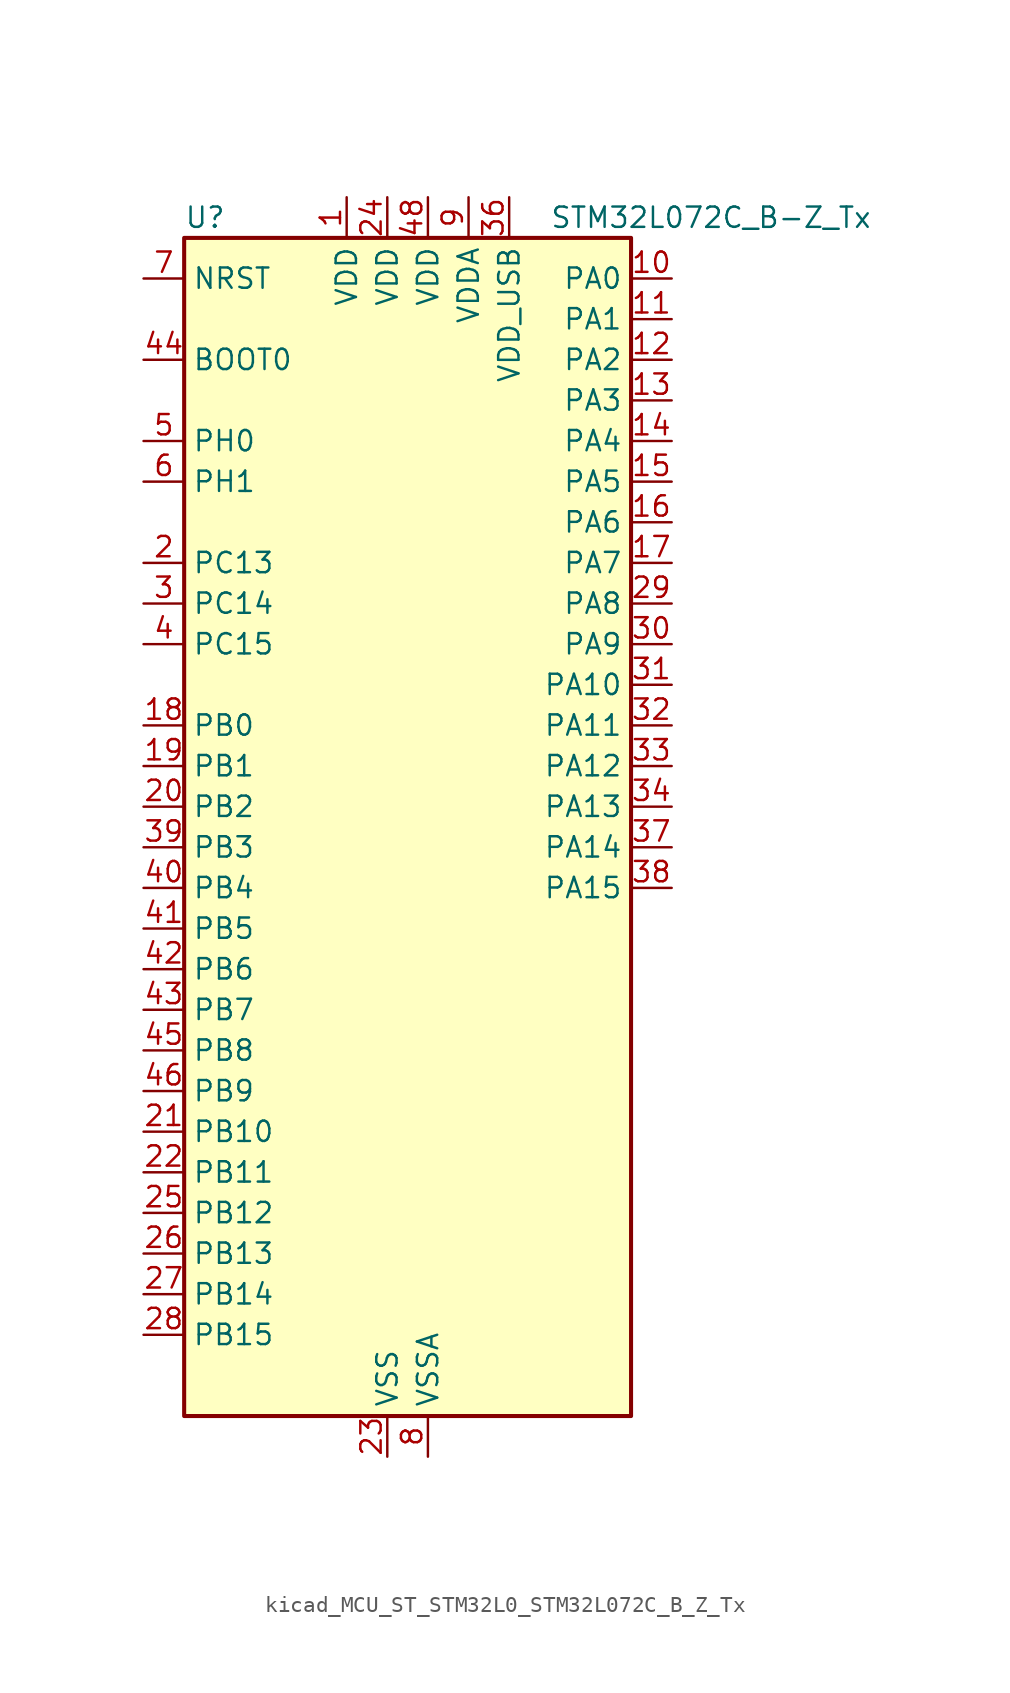
<source format=kicad_sym>
(kicad_symbol_lib
  (version 20220914)
  (generator kicad_symbol_editor)
  (symbol "kicad_MCU_ST_STM32L0_STM32L072C_B_Z_Tx"
    (property "Reference" "U"
      (at -12.7 39.37 0)
      (effects (font (size 1.27 1.27)) (justify left)))
    (property "Value" "STM32L072C_B-Z_Tx"
      (at 10.16 39.37 0)
      (effects (font (size 1.27 1.27)) (justify left)))
    (property "ki_locked" ""
      (at 0 0 0)
      (effects (font (size 1.27 1.27))))
    (symbol "kicad_MCU_ST_STM32L0_STM32L072C_B_Z_Tx_0_1"
      (rectangle (start -12.7 -35.56) (end 15.24 38.1) (stroke (width 0.254) (type default)) (fill (type background))))
    (symbol "kicad_MCU_ST_STM32L0_STM32L072C_B_Z_Tx_1_1"
      (pin power_in line (at -2.54 40.64 270) (length 2.54) (name "VDD" (effects (font (size 1.27 1.27)))) (number "1" (effects (font (size 1.27 1.27)))))
      (pin bidirectional line (at 17.78 35.56 180) (length 2.54) (name "PA0" (effects (font (size 1.27 1.27)))) (number "10" (effects (font (size 1.27 1.27)))) (alternate "ADC_IN0" bidirectional line) (alternate "COMP1_INM" bidirectional line) (alternate "COMP1_OUT" bidirectional line) (alternate "RTC_TAMP2" bidirectional line) (alternate "SYS_WKUP1" bidirectional line) (alternate "TIM2_CH1" bidirectional line) (alternate "TIM2_ETR" bidirectional line) (alternate "TSC_G1_IO1" bidirectional line) (alternate "USART2_CTS" bidirectional line) (alternate "USART4_TX" bidirectional line))
      (pin bidirectional line (at 17.78 33.02 180) (length 2.54) (name "PA1" (effects (font (size 1.27 1.27)))) (number "11" (effects (font (size 1.27 1.27)))) (alternate "ADC_IN1" bidirectional line) (alternate "COMP1_INP" bidirectional line) (alternate "TIM21_ETR" bidirectional line) (alternate "TIM2_CH2" bidirectional line) (alternate "TSC_G1_IO2" bidirectional line) (alternate "USART2_DE" bidirectional line) (alternate "USART2_RTS" bidirectional line) (alternate "USART4_RX" bidirectional line))
      (pin bidirectional line (at 17.78 30.48 180) (length 2.54) (name "PA2" (effects (font (size 1.27 1.27)))) (number "12" (effects (font (size 1.27 1.27)))) (alternate "ADC_IN2" bidirectional line) (alternate "COMP2_INM" bidirectional line) (alternate "COMP2_OUT" bidirectional line) (alternate "LPUART1_TX" bidirectional line) (alternate "TIM21_CH1" bidirectional line) (alternate "TIM2_CH3" bidirectional line) (alternate "TSC_G1_IO3" bidirectional line) (alternate "USART2_TX" bidirectional line))
      (pin bidirectional line (at 17.78 27.94 180) (length 2.54) (name "PA3" (effects (font (size 1.27 1.27)))) (number "13" (effects (font (size 1.27 1.27)))) (alternate "ADC_IN3" bidirectional line) (alternate "COMP2_INP" bidirectional line) (alternate "LPUART1_RX" bidirectional line) (alternate "TIM21_CH2" bidirectional line) (alternate "TIM2_CH4" bidirectional line) (alternate "TSC_G1_IO4" bidirectional line) (alternate "USART2_RX" bidirectional line))
      (pin bidirectional line (at 17.78 25.4 180) (length 2.54) (name "PA4" (effects (font (size 1.27 1.27)))) (number "14" (effects (font (size 1.27 1.27)))) (alternate "ADC_IN4" bidirectional line) (alternate "COMP1_INM" bidirectional line) (alternate "COMP2_INM" bidirectional line) (alternate "DAC_OUT1" bidirectional line) (alternate "SPI1_NSS" bidirectional line) (alternate "TIM22_ETR" bidirectional line) (alternate "TSC_G2_IO1" bidirectional line) (alternate "USART2_CK" bidirectional line))
      (pin bidirectional line (at 17.78 22.86 180) (length 2.54) (name "PA5" (effects (font (size 1.27 1.27)))) (number "15" (effects (font (size 1.27 1.27)))) (alternate "ADC_IN5" bidirectional line) (alternate "COMP1_INM" bidirectional line) (alternate "COMP2_INM" bidirectional line) (alternate "DAC_OUT2" bidirectional line) (alternate "SPI1_SCK" bidirectional line) (alternate "TIM2_CH1" bidirectional line) (alternate "TIM2_ETR" bidirectional line) (alternate "TSC_G2_IO2" bidirectional line))
      (pin bidirectional line (at 17.78 20.32 180) (length 2.54) (name "PA6" (effects (font (size 1.27 1.27)))) (number "16" (effects (font (size 1.27 1.27)))) (alternate "ADC_IN6" bidirectional line) (alternate "COMP1_OUT" bidirectional line) (alternate "LPUART1_CTS" bidirectional line) (alternate "SPI1_MISO" bidirectional line) (alternate "TIM22_CH1" bidirectional line) (alternate "TIM3_CH1" bidirectional line) (alternate "TSC_G2_IO3" bidirectional line))
      (pin bidirectional line (at 17.78 17.78 180) (length 2.54) (name "PA7" (effects (font (size 1.27 1.27)))) (number "17" (effects (font (size 1.27 1.27)))) (alternate "ADC_IN7" bidirectional line) (alternate "COMP2_OUT" bidirectional line) (alternate "SPI1_MOSI" bidirectional line) (alternate "TIM22_CH2" bidirectional line) (alternate "TIM3_CH2" bidirectional line) (alternate "TSC_G2_IO4" bidirectional line))
      (pin bidirectional line (at -15.24 7.62 0) (length 2.54) (name "PB0" (effects (font (size 1.27 1.27)))) (number "18" (effects (font (size 1.27 1.27)))) (alternate "ADC_IN8" bidirectional line) (alternate "SYS_VREF_OUT_PB0" bidirectional line) (alternate "TIM3_CH3" bidirectional line) (alternate "TSC_G3_IO2" bidirectional line))
      (pin bidirectional line (at -15.24 5.08 0) (length 2.54) (name "PB1" (effects (font (size 1.27 1.27)))) (number "19" (effects (font (size 1.27 1.27)))) (alternate "ADC_IN9" bidirectional line) (alternate "LPUART1_DE" bidirectional line) (alternate "LPUART1_RTS" bidirectional line) (alternate "SYS_VREF_OUT_PB1" bidirectional line) (alternate "TIM3_CH4" bidirectional line) (alternate "TSC_G3_IO3" bidirectional line))
      (pin bidirectional line (at -15.24 17.78 0) (length 2.54) (name "PC13" (effects (font (size 1.27 1.27)))) (number "2" (effects (font (size 1.27 1.27)))) (alternate "RTC_OUT_ALARM" bidirectional line) (alternate "RTC_OUT_CALIB" bidirectional line) (alternate "RTC_TAMP1" bidirectional line) (alternate "RTC_TS" bidirectional line) (alternate "SYS_WKUP2" bidirectional line))
      (pin bidirectional line (at -15.24 2.54 0) (length 2.54) (name "PB2" (effects (font (size 1.27 1.27)))) (number "20" (effects (font (size 1.27 1.27)))) (alternate "I2C3_SMBA" bidirectional line) (alternate "LPTIM1_OUT" bidirectional line) (alternate "TSC_G3_IO4" bidirectional line))
      (pin bidirectional line (at -15.24 -17.78 0) (length 2.54) (name "PB10" (effects (font (size 1.27 1.27)))) (number "21" (effects (font (size 1.27 1.27)))) (alternate "I2C2_SCL" bidirectional line) (alternate "LPUART1_RX" bidirectional line) (alternate "LPUART1_TX" bidirectional line) (alternate "SPI2_SCK" bidirectional line) (alternate "TIM2_CH3" bidirectional line) (alternate "TSC_SYNC" bidirectional line))
      (pin bidirectional line (at -15.24 -20.32 0) (length 2.54) (name "PB11" (effects (font (size 1.27 1.27)))) (number "22" (effects (font (size 1.27 1.27)))) (alternate "ADC_EXTI11" bidirectional line) (alternate "I2C2_SDA" bidirectional line) (alternate "LPUART1_RX" bidirectional line) (alternate "LPUART1_TX" bidirectional line) (alternate "TIM2_CH4" bidirectional line) (alternate "TSC_G6_IO1" bidirectional line))
      (pin power_in line (at 0 -38.1 90) (length 2.54) (name "VSS" (effects (font (size 1.27 1.27)))) (number "23" (effects (font (size 1.27 1.27)))))
      (pin power_in line (at 0 40.64 270) (length 2.54) (name "VDD" (effects (font (size 1.27 1.27)))) (number "24" (effects (font (size 1.27 1.27)))))
      (pin bidirectional line (at -15.24 -22.86 0) (length 2.54) (name "PB12" (effects (font (size 1.27 1.27)))) (number "25" (effects (font (size 1.27 1.27)))) (alternate "I2S2_WS" bidirectional line) (alternate "LPUART1_DE" bidirectional line) (alternate "LPUART1_RTS" bidirectional line) (alternate "SPI2_NSS" bidirectional line) (alternate "TSC_G6_IO2" bidirectional line))
      (pin bidirectional line (at -15.24 -25.4 0) (length 2.54) (name "PB13" (effects (font (size 1.27 1.27)))) (number "26" (effects (font (size 1.27 1.27)))) (alternate "I2C2_SCL" bidirectional line) (alternate "I2S2_CK" bidirectional line) (alternate "LPUART1_CTS" bidirectional line) (alternate "RCC_MCO" bidirectional line) (alternate "SPI2_SCK" bidirectional line) (alternate "TIM21_CH1" bidirectional line) (alternate "TSC_G6_IO3" bidirectional line))
      (pin bidirectional line (at -15.24 -27.94 0) (length 2.54) (name "PB14" (effects (font (size 1.27 1.27)))) (number "27" (effects (font (size 1.27 1.27)))) (alternate "I2C2_SDA" bidirectional line) (alternate "I2S2_MCK" bidirectional line) (alternate "LPUART1_DE" bidirectional line) (alternate "LPUART1_RTS" bidirectional line) (alternate "RTC_OUT_ALARM" bidirectional line) (alternate "RTC_OUT_CALIB" bidirectional line) (alternate "SPI2_MISO" bidirectional line) (alternate "TIM21_CH2" bidirectional line) (alternate "TSC_G6_IO4" bidirectional line))
      (pin bidirectional line (at -15.24 -30.48 0) (length 2.54) (name "PB15" (effects (font (size 1.27 1.27)))) (number "28" (effects (font (size 1.27 1.27)))) (alternate "I2S2_SD" bidirectional line) (alternate "RTC_REFIN" bidirectional line) (alternate "SPI2_MOSI" bidirectional line))
      (pin bidirectional line (at 17.78 15.24 180) (length 2.54) (name "PA8" (effects (font (size 1.27 1.27)))) (number "29" (effects (font (size 1.27 1.27)))) (alternate "CRS_SYNC" bidirectional line) (alternate "I2C3_SCL" bidirectional line) (alternate "RCC_MCO" bidirectional line) (alternate "USART1_CK" bidirectional line))
      (pin bidirectional line (at -15.24 15.24 0) (length 2.54) (name "PC14" (effects (font (size 1.27 1.27)))) (number "3" (effects (font (size 1.27 1.27)))) (alternate "RCC_OSC32_IN" bidirectional line))
      (pin bidirectional line (at 17.78 12.7 180) (length 2.54) (name "PA9" (effects (font (size 1.27 1.27)))) (number "30" (effects (font (size 1.27 1.27)))) (alternate "DAC_EXTI9" bidirectional line) (alternate "I2C1_SCL" bidirectional line) (alternate "I2C3_SMBA" bidirectional line) (alternate "RCC_MCO" bidirectional line) (alternate "TSC_G4_IO1" bidirectional line) (alternate "USART1_TX" bidirectional line))
      (pin bidirectional line (at 17.78 10.16 180) (length 2.54) (name "PA10" (effects (font (size 1.27 1.27)))) (number "31" (effects (font (size 1.27 1.27)))) (alternate "I2C1_SDA" bidirectional line) (alternate "TSC_G4_IO2" bidirectional line) (alternate "USART1_RX" bidirectional line))
      (pin bidirectional line (at 17.78 7.62 180) (length 2.54) (name "PA11" (effects (font (size 1.27 1.27)))) (number "32" (effects (font (size 1.27 1.27)))) (alternate "ADC_EXTI11" bidirectional line) (alternate "COMP1_OUT" bidirectional line) (alternate "SPI1_MISO" bidirectional line) (alternate "TSC_G4_IO3" bidirectional line) (alternate "USART1_CTS" bidirectional line) (alternate "USB_DM" bidirectional line))
      (pin bidirectional line (at 17.78 5.08 180) (length 2.54) (name "PA12" (effects (font (size 1.27 1.27)))) (number "33" (effects (font (size 1.27 1.27)))) (alternate "COMP2_OUT" bidirectional line) (alternate "SPI1_MOSI" bidirectional line) (alternate "TSC_G4_IO4" bidirectional line) (alternate "USART1_DE" bidirectional line) (alternate "USART1_RTS" bidirectional line) (alternate "USB_DP" bidirectional line))
      (pin bidirectional line (at 17.78 2.54 180) (length 2.54) (name "PA13" (effects (font (size 1.27 1.27)))) (number "34" (effects (font (size 1.27 1.27)))) (alternate "LPUART1_RX" bidirectional line) (alternate "SYS_SWDIO" bidirectional line) (alternate "USB_NOE" bidirectional line))
      (pin passive line (at 0 -38.1 90) (length 2.54) hide (name "VSS" (effects (font (size 1.27 1.27)))) (number "35" (effects (font (size 1.27 1.27)))))
      (pin power_in line (at 7.62 40.64 270) (length 2.54) (name "VDD_USB" (effects (font (size 1.27 1.27)))) (number "36" (effects (font (size 1.27 1.27)))))
      (pin bidirectional line (at 17.78 0 180) (length 2.54) (name "PA14" (effects (font (size 1.27 1.27)))) (number "37" (effects (font (size 1.27 1.27)))) (alternate "LPUART1_TX" bidirectional line) (alternate "SYS_SWCLK" bidirectional line) (alternate "USART2_TX" bidirectional line))
      (pin bidirectional line (at 17.78 -2.54 180) (length 2.54) (name "PA15" (effects (font (size 1.27 1.27)))) (number "38" (effects (font (size 1.27 1.27)))) (alternate "SPI1_NSS" bidirectional line) (alternate "TIM2_CH1" bidirectional line) (alternate "TIM2_ETR" bidirectional line) (alternate "USART2_RX" bidirectional line) (alternate "USART4_DE" bidirectional line) (alternate "USART4_RTS" bidirectional line))
      (pin bidirectional line (at -15.24 0 0) (length 2.54) (name "PB3" (effects (font (size 1.27 1.27)))) (number "39" (effects (font (size 1.27 1.27)))) (alternate "COMP2_INM" bidirectional line) (alternate "SPI1_SCK" bidirectional line) (alternate "TIM2_CH2" bidirectional line) (alternate "TSC_G5_IO1" bidirectional line) (alternate "USART1_DE" bidirectional line) (alternate "USART1_RTS" bidirectional line) (alternate "USART5_TX" bidirectional line))
      (pin bidirectional line (at -15.24 12.7 0) (length 2.54) (name "PC15" (effects (font (size 1.27 1.27)))) (number "4" (effects (font (size 1.27 1.27)))) (alternate "RCC_OSC32_OUT" bidirectional line))
      (pin bidirectional line (at -15.24 -2.54 0) (length 2.54) (name "PB4" (effects (font (size 1.27 1.27)))) (number "40" (effects (font (size 1.27 1.27)))) (alternate "COMP2_INP" bidirectional line) (alternate "I2C3_SDA" bidirectional line) (alternate "SPI1_MISO" bidirectional line) (alternate "TIM22_CH1" bidirectional line) (alternate "TIM3_CH1" bidirectional line) (alternate "TSC_G5_IO2" bidirectional line) (alternate "USART1_CTS" bidirectional line) (alternate "USART5_RX" bidirectional line))
      (pin bidirectional line (at -15.24 -5.08 0) (length 2.54) (name "PB5" (effects (font (size 1.27 1.27)))) (number "41" (effects (font (size 1.27 1.27)))) (alternate "COMP2_INP" bidirectional line) (alternate "I2C1_SMBA" bidirectional line) (alternate "LPTIM1_IN1" bidirectional line) (alternate "SPI1_MOSI" bidirectional line) (alternate "TIM22_CH2" bidirectional line) (alternate "TIM3_CH2" bidirectional line) (alternate "USART1_CK" bidirectional line) (alternate "USART5_CK" bidirectional line) (alternate "USART5_DE" bidirectional line) (alternate "USART5_RTS" bidirectional line))
      (pin bidirectional line (at -15.24 -7.62 0) (length 2.54) (name "PB6" (effects (font (size 1.27 1.27)))) (number "42" (effects (font (size 1.27 1.27)))) (alternate "COMP2_INP" bidirectional line) (alternate "I2C1_SCL" bidirectional line) (alternate "LPTIM1_ETR" bidirectional line) (alternate "TSC_G5_IO3" bidirectional line) (alternate "USART1_TX" bidirectional line))
      (pin bidirectional line (at -15.24 -10.16 0) (length 2.54) (name "PB7" (effects (font (size 1.27 1.27)))) (number "43" (effects (font (size 1.27 1.27)))) (alternate "COMP2_INP" bidirectional line) (alternate "I2C1_SDA" bidirectional line) (alternate "LPTIM1_IN2" bidirectional line) (alternate "SYS_PVD_IN" bidirectional line) (alternate "TSC_G5_IO4" bidirectional line) (alternate "USART1_RX" bidirectional line) (alternate "USART4_CTS" bidirectional line))
      (pin input line (at -15.24 30.48 0) (length 2.54) (name "BOOT0" (effects (font (size 1.27 1.27)))) (number "44" (effects (font (size 1.27 1.27)))))
      (pin bidirectional line (at -15.24 -12.7 0) (length 2.54) (name "PB8" (effects (font (size 1.27 1.27)))) (number "45" (effects (font (size 1.27 1.27)))) (alternate "I2C1_SCL" bidirectional line) (alternate "TSC_SYNC" bidirectional line))
      (pin bidirectional line (at -15.24 -15.24 0) (length 2.54) (name "PB9" (effects (font (size 1.27 1.27)))) (number "46" (effects (font (size 1.27 1.27)))) (alternate "DAC_EXTI9" bidirectional line) (alternate "I2C1_SDA" bidirectional line) (alternate "I2S2_WS" bidirectional line) (alternate "SPI2_NSS" bidirectional line))
      (pin passive line (at 0 -38.1 90) (length 2.54) hide (name "VSS" (effects (font (size 1.27 1.27)))) (number "47" (effects (font (size 1.27 1.27)))))
      (pin power_in line (at 2.54 40.64 270) (length 2.54) (name "VDD" (effects (font (size 1.27 1.27)))) (number "48" (effects (font (size 1.27 1.27)))))
      (pin bidirectional line (at -15.24 25.4 0) (length 2.54) (name "PH0" (effects (font (size 1.27 1.27)))) (number "5" (effects (font (size 1.27 1.27)))) (alternate "CRS_SYNC" bidirectional line) (alternate "RCC_OSC_IN" bidirectional line))
      (pin bidirectional line (at -15.24 22.86 0) (length 2.54) (name "PH1" (effects (font (size 1.27 1.27)))) (number "6" (effects (font (size 1.27 1.27)))) (alternate "RCC_OSC_OUT" bidirectional line))
      (pin input line (at -15.24 35.56 0) (length 2.54) (name "NRST" (effects (font (size 1.27 1.27)))) (number "7" (effects (font (size 1.27 1.27)))))
      (pin power_in line (at 2.54 -38.1 90) (length 2.54) (name "VSSA" (effects (font (size 1.27 1.27)))) (number "8" (effects (font (size 1.27 1.27)))))
      (pin power_in line (at 5.08 40.64 270) (length 2.54) (name "VDDA" (effects (font (size 1.27 1.27)))) (number "9" (effects (font (size 1.27 1.27))))))))
</source>
